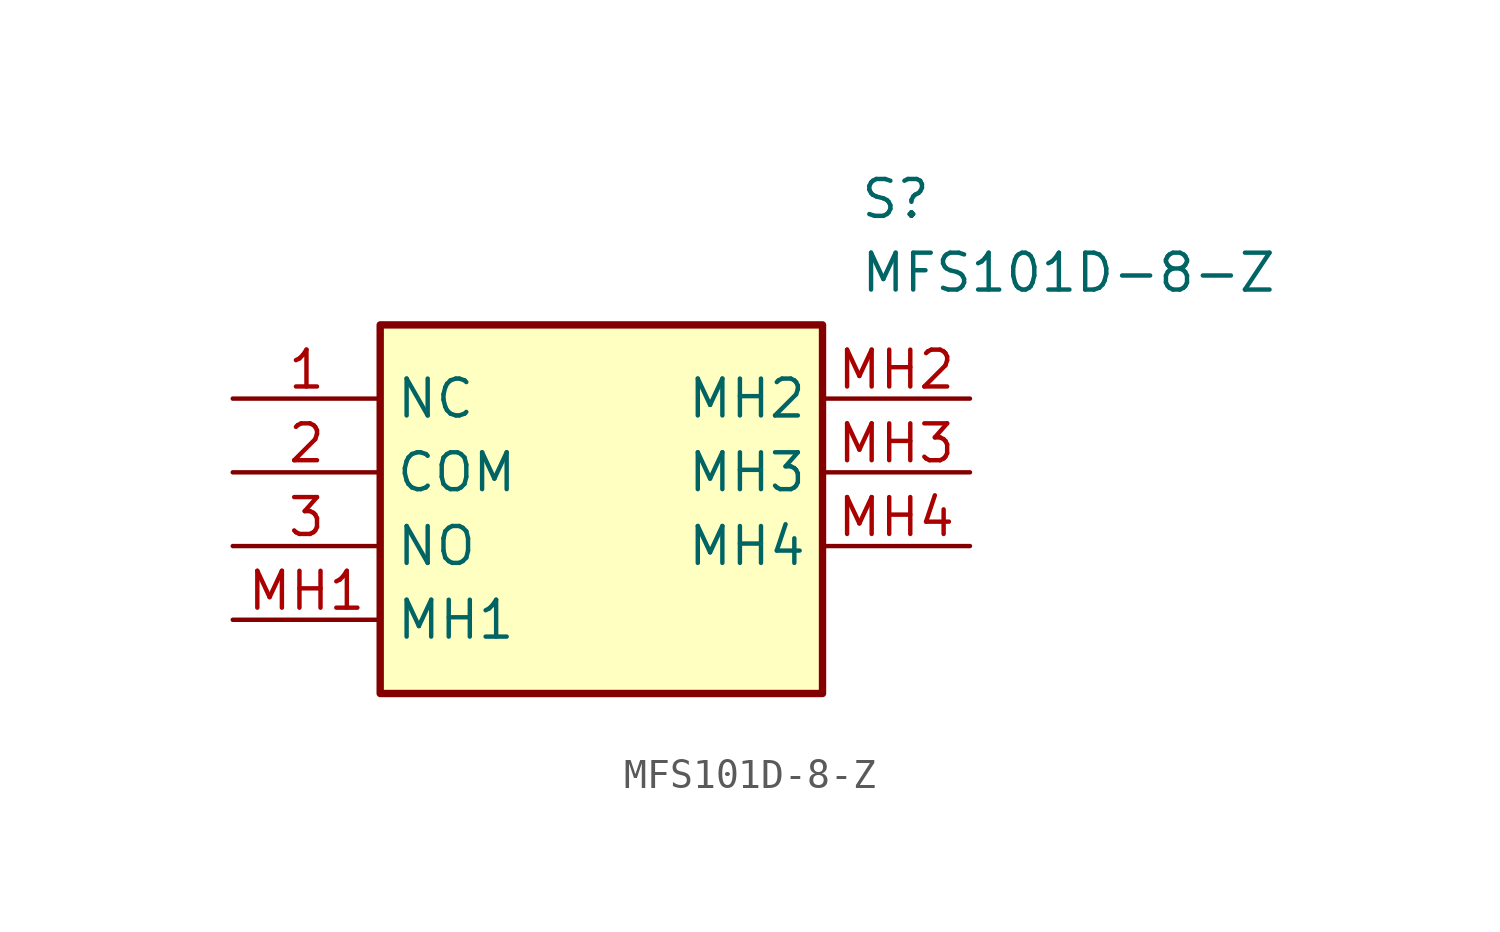
<source format=kicad_sym>
(kicad_symbol_lib
  (version 20231120)
  (generator "kicad_symbol_editor")
  (generator_version "8.0")
  (symbol "MFS101D-8-Z"
    (property "Reference" "S"
      (at 21.59 7.62 0)
      (effects (font (size 1.27 1.27)) (justify left top)))
    (property "Value" "MFS101D-8-Z"
      (at 21.59 5.08 0)
      (effects (font (size 1.27 1.27)) (justify left top)))
    (symbol "MFS101D-8-Z_1_1"
      (rectangle (start 5.08 2.54) (end 20.32 -10.16) (stroke (width 0.254) (type default)) (fill (type background)))
      (pin passive line (at 0 0 0) (length 5.08) (name "NC" (effects (font (size 1.27 1.27)))) (number "1" (effects (font (size 1.27 1.27)))))
      (pin passive line (at 0 -2.54 0) (length 5.08) (name "COM" (effects (font (size 1.27 1.27)))) (number "2" (effects (font (size 1.27 1.27)))))
      (pin passive line (at 0 -5.08 0) (length 5.08) (name "NO" (effects (font (size 1.27 1.27)))) (number "3" (effects (font (size 1.27 1.27)))))
      (pin passive line (at 0 -7.62 0) (length 5.08) (name "MH1" (effects (font (size 1.27 1.27)))) (number "MH1" (effects (font (size 1.27 1.27)))))
      (pin passive line (at 25.4 0 180) (length 5.08) (name "MH2" (effects (font (size 1.27 1.27)))) (number "MH2" (effects (font (size 1.27 1.27)))))
      (pin passive line (at 25.4 -2.54 180) (length 5.08) (name "MH3" (effects (font (size 1.27 1.27)))) (number "MH3" (effects (font (size 1.27 1.27)))))
      (pin passive line (at 25.4 -5.08 180) (length 5.08) (name "MH4" (effects (font (size 1.27 1.27)))) (number "MH4" (effects (font (size 1.27 1.27))))))))
</source>
